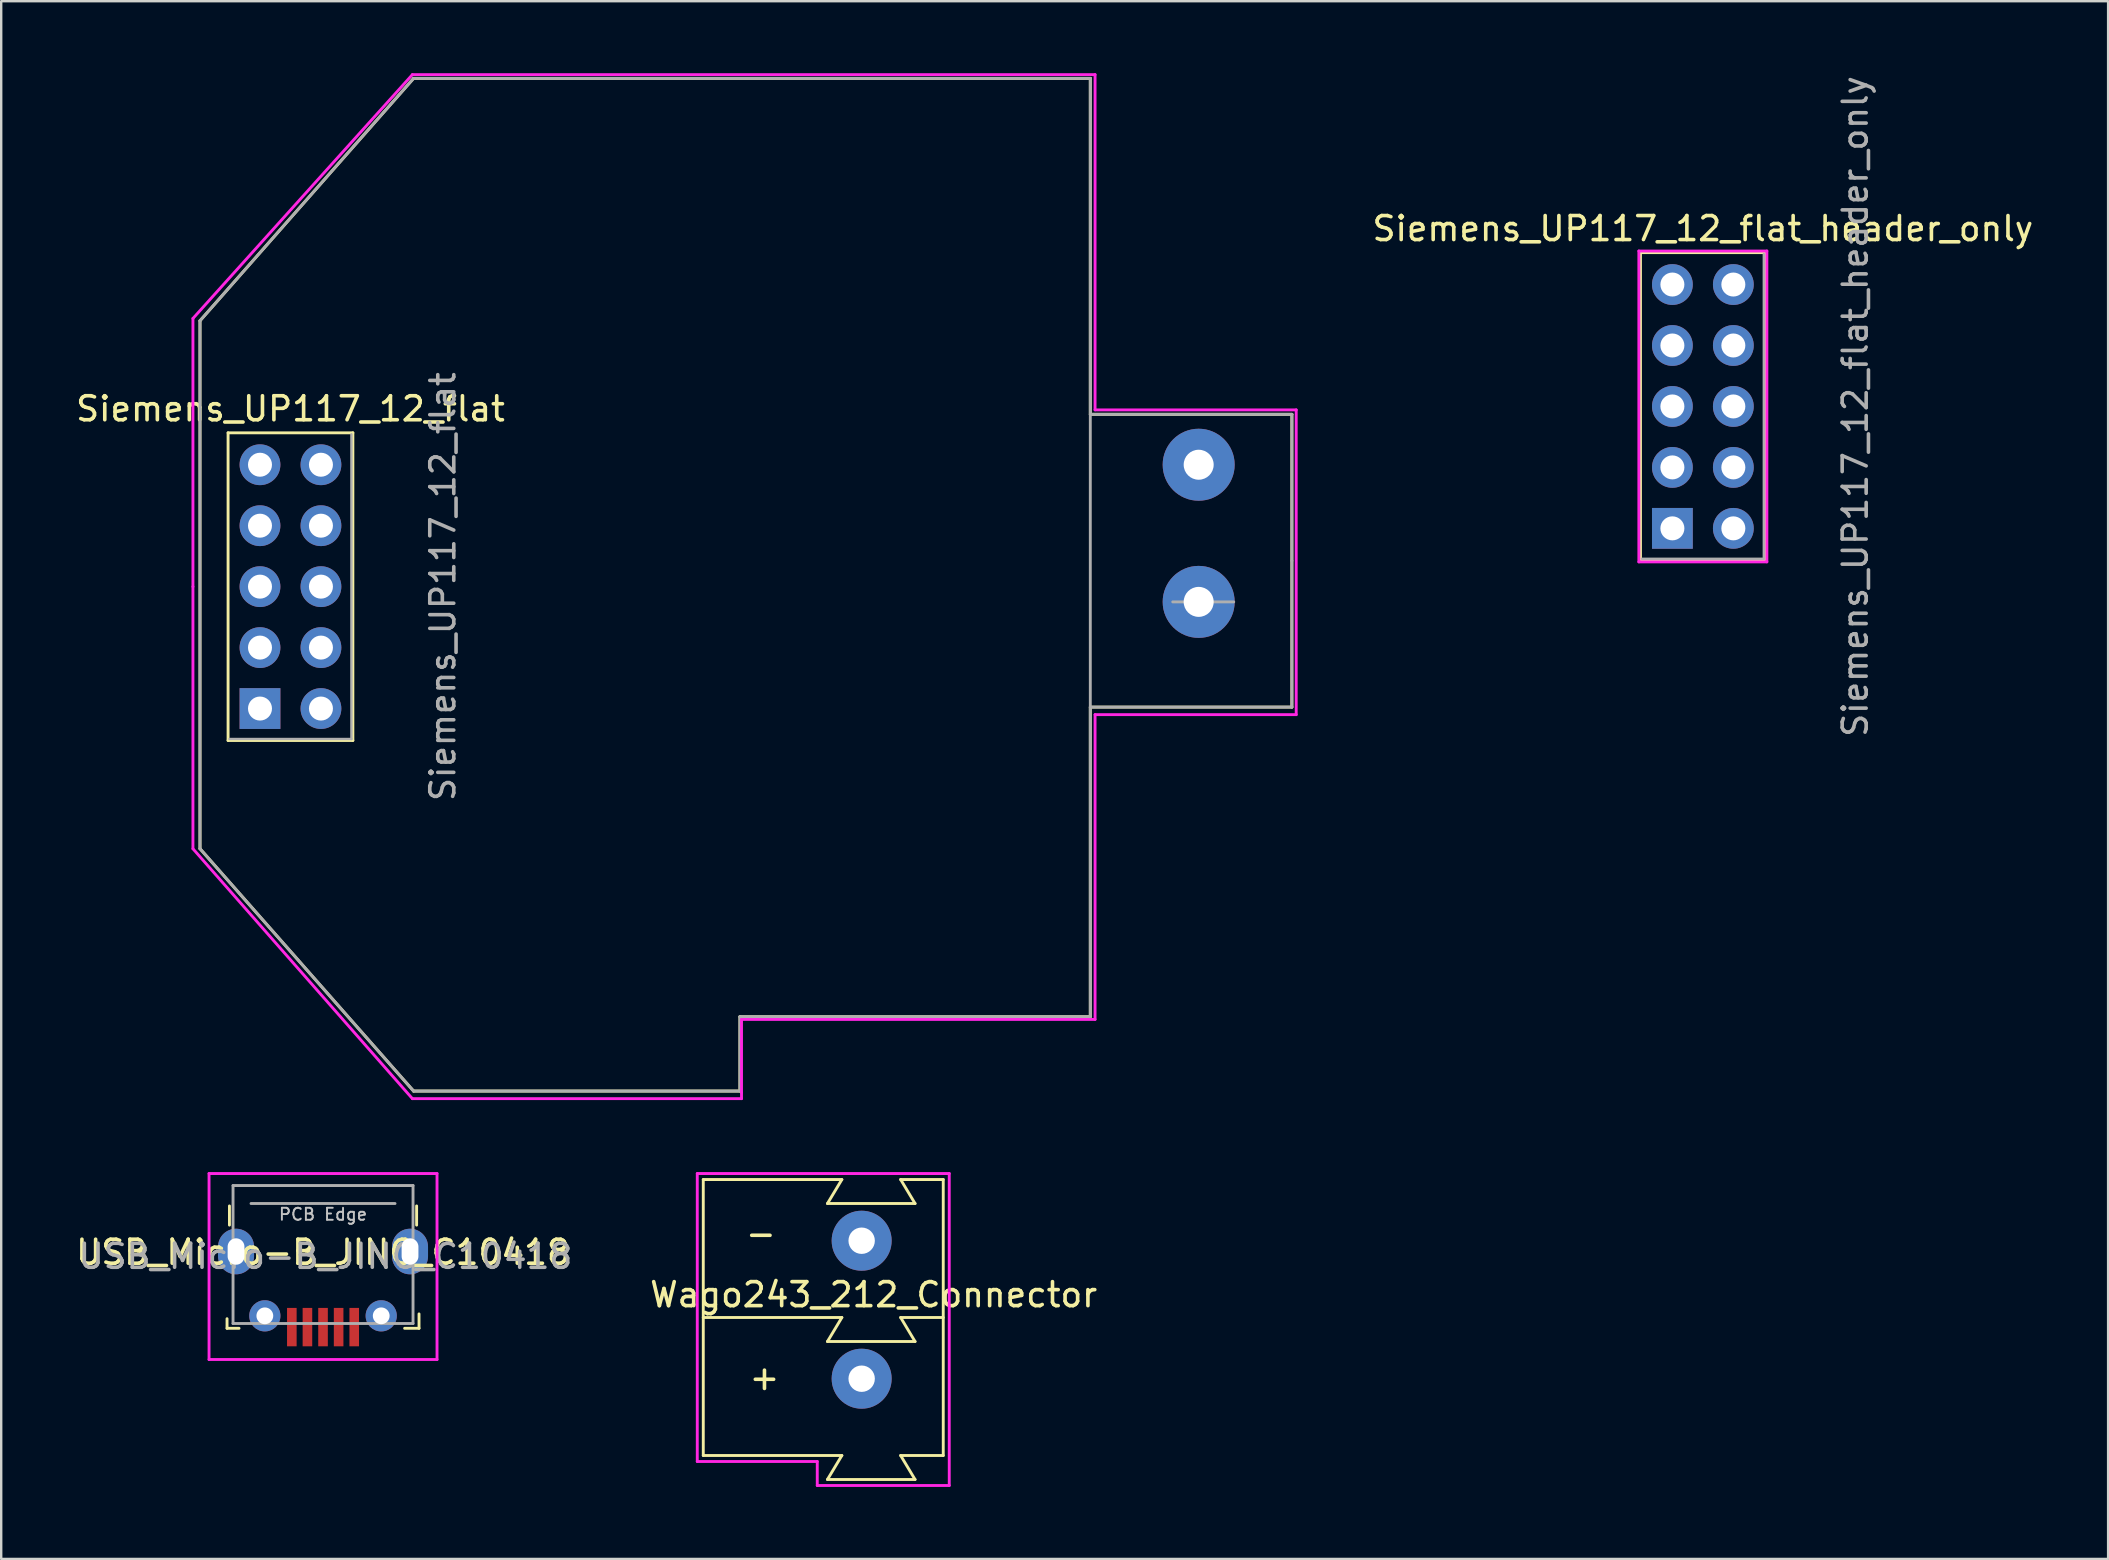
<source format=kicad_pcb>
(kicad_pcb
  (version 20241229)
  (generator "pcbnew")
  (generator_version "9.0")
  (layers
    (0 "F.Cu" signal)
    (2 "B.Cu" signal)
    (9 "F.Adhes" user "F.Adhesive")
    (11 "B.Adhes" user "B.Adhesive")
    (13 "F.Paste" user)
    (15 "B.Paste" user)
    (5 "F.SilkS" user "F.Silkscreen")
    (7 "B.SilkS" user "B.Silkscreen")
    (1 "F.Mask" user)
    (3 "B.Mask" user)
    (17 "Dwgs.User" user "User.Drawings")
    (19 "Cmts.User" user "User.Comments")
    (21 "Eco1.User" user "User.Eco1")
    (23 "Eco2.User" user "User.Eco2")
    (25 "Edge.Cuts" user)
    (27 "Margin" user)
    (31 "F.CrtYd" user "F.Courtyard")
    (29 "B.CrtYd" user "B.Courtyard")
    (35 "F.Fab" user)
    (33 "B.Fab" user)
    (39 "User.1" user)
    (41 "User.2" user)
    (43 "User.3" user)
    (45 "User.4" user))
  (footprint "USB_Micro-B_JING_C10418"
    (layer "F.Cu")
    (at 10.411 50.502)
    (property "Reference" "USB_Micro-B_JING_C10418" (at 0 -1.368 0) (layer "F.SilkS") (effects (font (size 1 1) (thickness 0.15))))
    (attr smd)
    (fp_line (start -4 1.4) (end -4 1.8) (stroke (width 0.12) (type solid)) (layer "F.SilkS"))
    (fp_line (start -4 1.8) (end -3.5 1.8) (stroke (width 0.12) (type solid)) (layer "F.SilkS"))
    (fp_line (start -3.9 -3.3) (end -3.9 -2.5) (stroke (width 0.12) (type solid)) (layer "F.SilkS"))
    (fp_line (start 3.9 -3.3) (end 3.9 -2.5) (stroke (width 0.12) (type solid)) (layer "F.SilkS"))
    (fp_line (start 4 1.2) (end 4 1.8) (stroke (width 0.12) (type solid)) (layer "F.SilkS"))
    (fp_line (start 4 1.8) (end 3.4 1.8) (stroke (width 0.12) (type solid)) (layer "F.SilkS"))
    (fp_line (start -0.2 0) (end 0.2 0) (stroke (width 0.12) (type solid)) (layer "Eco1.User"))
    (fp_line (start 0 -0.2) (end 0 0.2) (stroke (width 0.12) (type solid)) (layer "Eco1.User"))
    (fp_line (start -4.75 -4.65) (end -4.75 3.1) (stroke (width 0.12) (type solid)) (layer "F.CrtYd"))
    (fp_line (start -4.75 3.1) (end 4.75 3.1) (stroke (width 0.12) (type solid)) (layer "F.CrtYd"))
    (fp_line (start 4.75 -4.65) (end -4.75 -4.65) (stroke (width 0.12) (type solid)) (layer "F.CrtYd"))
    (fp_line (start 4.75 3.1) (end 4.75 -4.65) (stroke (width 0.12) (type solid)) (layer "F.CrtYd"))
    (fp_line (start -3.75 -4.15) (end -3.75 1.6) (stroke (width 0.12) (type solid)) (layer "F.Fab"))
    (fp_line (start -3.75 1.6) (end 3.75 1.6) (stroke (width 0.12) (type solid)) (layer "F.Fab"))
    (fp_line (start -3 -3.4) (end 3 -3.4) (stroke (width 0.12) (type solid)) (layer "F.Fab"))
    (fp_line (start 3.75 -4.15) (end -3.75 -4.15) (stroke (width 0.12) (type solid)) (layer "F.Fab"))
    (fp_line (start 3.75 1.6) (end 3.75 -4.15) (stroke (width 0.12) (type solid)) (layer "F.Fab"))
    (fp_text user "PCB Edge" (at 0 -2.95 0) (layer "Dwgs.User") (effects (font (size 0.5 0.5) (thickness 0.08))))
    (fp_text user "${REFERENCE}" (at 0.1 -1.2 0) (layer "F.Fab") (effects (font (size 1 1) (thickness 0.15))))
    (pad "1" smd rect (at 1.3 1.75) (size 0.4 1.6) (layers "F.Cu" "F.Mask" "F.Paste"))
    (pad "2" smd rect (at 0.65 1.75) (size 0.4 1.6) (layers "F.Cu" "F.Mask" "F.Paste"))
    (pad "3" smd rect (at 0 1.75) (size 0.4 1.6) (layers "F.Cu" "F.Mask" "F.Paste"))
    (pad "4" smd rect (at -0.65 1.75) (size 0.4 1.6) (layers "F.Cu" "F.Mask" "F.Paste"))
    (pad "5" smd rect (at -1.3 1.75) (size 0.4 1.6) (layers "F.Cu" "F.Mask" "F.Paste"))
    (pad "6" thru_hole oval (at -3.625 -1.4 180) (size 1.5 1.9) (drill oval 0.7 1.1) (layers "*.Cu" "*.Mask"))
    (pad "6" thru_hole circle (at -2.425 1.28 180) (size 1.3 1.3) (drill 0.7) (layers "*.Cu" "*.Mask"))
    (pad "6" thru_hole circle (at 2.425 1.28 180) (size 1.3 1.3) (drill 0.7) (layers "*.Cu" "*.Mask"))
    (pad "6" thru_hole oval (at 3.625 -1.4 180) (size 1.5 1.9) (drill oval 0.7 1.1) (layers "*.Cu" "*.Mask")))
  (footprint "Wago243_212_Connector"
    (layer "F.Cu")
    (at 33.256 51.852)
    (property "Reference" "Wago243_212_Connector" (at 0.1 -0.95 180) (layer "F.SilkS") (effects (font (size 1 1) (thickness 0.15))))
    (attr through_hole)
    (fp_line (start -7 -5.75) (end -7 5.75) (stroke (width 0.12) (type solid)) (layer "F.SilkS"))
    (fp_line (start -1.225 -5.75) (end -7 -5.75) (stroke (width 0.12) (type solid)) (layer "F.SilkS"))
    (fp_line (start -1.225 -5.75) (end -1.825 -4.75) (stroke (width 0.12) (type solid)) (layer "F.SilkS"))
    (fp_line (start -1.225 0) (end -7 0) (stroke (width 0.12) (type solid)) (layer "F.SilkS"))
    (fp_line (start -1.225 0) (end -1.825 1) (stroke (width 0.12) (type solid)) (layer "F.SilkS"))
    (fp_line (start -1.225 5.75) (end -7 5.75) (stroke (width 0.12) (type solid)) (layer "F.SilkS"))
    (fp_line (start -1.225 5.75) (end -1.825 6.75) (stroke (width 0.12) (type solid)) (layer "F.SilkS"))
    (fp_line (start 1.225 0) (end 1.825 1) (stroke (width 0.12) (type solid)) (layer "F.SilkS"))
    (fp_line (start 1.225 0) (end 3 0) (stroke (width 0.12) (type solid)) (layer "F.SilkS"))
    (fp_line (start 1.225 5.75) (end 1.825 6.75) (stroke (width 0.12) (type solid)) (layer "F.SilkS"))
    (fp_line (start 1.225 5.75) (end 3 5.75) (stroke (width 0.12) (type solid)) (layer "F.SilkS"))
    (fp_line (start 1.825 -4.75) (end -1.825 -4.75) (stroke (width 0.12) (type solid)) (layer "F.SilkS"))
    (fp_line (start 1.825 -4.75) (end 1.225 -5.75) (stroke (width 0.12) (type solid)) (layer "F.SilkS"))
    (fp_line (start 1.825 1) (end -1.825 1) (stroke (width 0.12) (type solid)) (layer "F.SilkS"))
    (fp_line (start 1.825 6.75) (end -1.825 6.75) (stroke (width 0.12) (type solid)) (layer "F.SilkS"))
    (fp_line (start 3 -5.75) (end 1.225 -5.75) (stroke (width 0.12) (type solid)) (layer "F.SilkS"))
    (fp_line (start 3 -5.75) (end 3 5.75) (stroke (width 0.12) (type solid)) (layer "F.SilkS"))
    (fp_line (start -7.25 -6) (end 3.25 -6) (stroke (width 0.12) (type solid)) (layer "F.CrtYd"))
    (fp_line (start -7.25 6) (end -7.25 -6) (stroke (width 0.12) (type solid)) (layer "F.CrtYd"))
    (fp_line (start -7.25 6) (end -2.25 6) (stroke (width 0.12) (type solid)) (layer "F.CrtYd"))
    (fp_line (start -2.25 6) (end -2.25 7) (stroke (width 0.12) (type solid)) (layer "F.CrtYd"))
    (fp_line (start -2.25 7) (end 3.25 7) (stroke (width 0.12) (type solid)) (layer "F.CrtYd"))
    (fp_line (start 3.25 -6) (end 3.25 7) (stroke (width 0.12) (type solid)) (layer "F.CrtYd"))
    (fp_text user "+" (at -4.45 2.5 0) (layer "F.SilkS") (effects (font (size 1 1) (thickness 0.15))))
    (fp_text user "-" (at -4.6 -3.5 0) (layer "F.SilkS") (effects (font (size 1 1) (thickness 0.15))))
    (pad "1" thru_hole circle (at -0.4 2.55) (size 2.5 2.5) (drill 1.1) (layers "*.Cu" "*.Mask"))
    (pad "2" thru_hole circle (at -0.4 -3.2) (size 2.5 2.5) (drill 1.1) (layers "*.Cu" "*.Mask")))
  (footprint "Siemens_UP117_12_flat"
    (layer "F.Cu")
    (at 7.784 16.316)
    (property "Reference" "Siemens_UP117_12_flat" (at 1.27 -2.33 0) (layer "F.SilkS") (effects (font (size 1 1) (thickness 0.15))))
    (attr through_hole)
    (fp_line (start -2.5 -6) (end 6.4 -16.1) (stroke (width 0.12) (type solid)) (layer "F.SilkS"))
    (fp_line (start -2.5 16) (end -2.5 -6) (stroke (width 0.12) (type solid)) (layer "F.SilkS"))
    (fp_line (start -1.33 -1.33) (end 3.87 -1.33) (stroke (width 0.12) (type solid)) (layer "F.SilkS"))
    (fp_line (start -1.33 11.49) (end -1.33 -1.33) (stroke (width 0.12) (type solid)) (layer "F.SilkS"))
    (fp_line (start -1.33 11.49) (end 3.87 11.49) (stroke (width 0.12) (type solid)) (layer "F.SilkS"))
    (fp_line (start 3.87 -1.33) (end 3.87 11.49) (stroke (width 0.12) (type solid)) (layer "F.SilkS"))
    (fp_line (start 6.4 -16.1) (end 34.6 -16.1) (stroke (width 0.12) (type solid)) (layer "F.SilkS"))
    (fp_line (start 6.4 26.1) (end -2.5 16) (stroke (width 0.12) (type solid)) (layer "F.SilkS"))
    (fp_line (start 20 23) (end 20 26.1) (stroke (width 0.12) (type solid)) (layer "F.SilkS"))
    (fp_line (start 20 26.1) (end 6.4 26.1) (stroke (width 0.12) (type solid)) (layer "F.SilkS"))
    (fp_line (start 34.6 -16.1) (end 34.6 -2.1) (stroke (width 0.12) (type solid)) (layer "F.SilkS"))
    (fp_line (start 34.6 -2.1) (end 43 -2.1) (stroke (width 0.12) (type solid)) (layer "F.SilkS"))
    (fp_line (start 34.6 10.1) (end 34.6 23) (stroke (width 0.12) (type solid)) (layer "F.SilkS"))
    (fp_line (start 34.6 23) (end 20 23) (stroke (width 0.12) (type solid)) (layer "F.SilkS"))
    (fp_line (start 43 -2.1) (end 43 10.1) (stroke (width 0.12) (type solid)) (layer "F.SilkS"))
    (fp_line (start 43 10.1) (end 34.6 10.1) (stroke (width 0.12) (type solid)) (layer "F.SilkS"))
    (fp_line (start -2.794 -6.096) (end 6.35 -16.256) (stroke (width 0.12) (type solid)) (layer "F.CrtYd"))
    (fp_line (start -2.794 5.08) (end -2.794 -6.096) (stroke (width 0.12) (type solid)) (layer "F.CrtYd"))
    (fp_line (start -2.794 16.002) (end -2.794 5.08) (stroke (width 0.12) (type solid)) (layer "F.CrtYd"))
    (fp_line (start 6.35 -16.256) (end 34.798 -16.256) (stroke (width 0.12) (type solid)) (layer "F.CrtYd"))
    (fp_line (start 6.35 26.416) (end -2.794 16.002) (stroke (width 0.12) (type solid)) (layer "F.CrtYd"))
    (fp_line (start 20.066 23.114) (end 20.066 26.162) (stroke (width 0.12) (type solid)) (layer "F.CrtYd"))
    (fp_line (start 20.066 26.162) (end 20.066 26.416) (stroke (width 0.12) (type solid)) (layer "F.CrtYd"))
    (fp_line (start 20.066 26.416) (end 6.35 26.416) (stroke (width 0.12) (type solid)) (layer "F.CrtYd"))
    (fp_line (start 34.798 -16.256) (end 34.798 -2.286) (stroke (width 0.12) (type solid)) (layer "F.CrtYd"))
    (fp_line (start 34.798 -2.286) (end 43.18 -2.286) (stroke (width 0.12) (type solid)) (layer "F.CrtYd"))
    (fp_line (start 34.798 10.414) (end 34.798 23.114) (stroke (width 0.12) (type solid)) (layer "F.CrtYd"))
    (fp_line (start 34.798 23.114) (end 20.066 23.114) (stroke (width 0.12) (type solid)) (layer "F.CrtYd"))
    (fp_line (start 43.18 -2.286) (end 43.18 10.414) (stroke (width 0.12) (type solid)) (layer "F.CrtYd"))
    (fp_line (start 43.18 10.414) (end 34.798 10.414) (stroke (width 0.12) (type solid)) (layer "F.CrtYd"))
    (fp_line (start -2.5 16) (end -2.5 -6) (stroke (width 0.12) (type solid)) (layer "F.Fab"))
    (fp_line (start 3.81 -1.27) (end 3.81 11.43) (stroke (width 0.1) (type solid)) (layer "F.Fab"))
    (fp_line (start 3.81 11.43) (end -1.27 11.43) (stroke (width 0.1) (type solid)) (layer "F.Fab"))
    (fp_line (start 6.4 -16.1) (end -2.5 -6) (stroke (width 0.12) (type solid)) (layer "F.Fab"))
    (fp_line (start 6.4 -16.1) (end 34.6 -16.1) (stroke (width 0.12) (type solid)) (layer "F.Fab"))
    (fp_line (start 6.4 26.1) (end -2.5 16) (stroke (width 0.12) (type solid)) (layer "F.Fab"))
    (fp_line (start 6.4 26.1) (end 20 26.1) (stroke (width 0.12) (type solid)) (layer "F.Fab"))
    (fp_line (start 20 23) (end 34.6 23) (stroke (width 0.12) (type solid)) (layer "F.Fab"))
    (fp_line (start 20 26) (end 20 23) (stroke (width 0.12) (type solid)) (layer "F.Fab"))
    (fp_line (start 34.6 23) (end 34.6 -16.1) (stroke (width 0.12) (type solid)) (layer "F.Fab"))
    (fp_line (start 38.036 5.715) (end 40.577 5.715) (stroke (width 0.12) (type solid)) (layer "F.Fab"))
    (fp_line (start 43 -2.1) (end 34.6 -2.1) (stroke (width 0.12) (type solid)) (layer "F.Fab"))
    (fp_line (start 43 4) (end 43 -2.1) (stroke (width 0.12) (type solid)) (layer "F.Fab"))
    (fp_line (start 43 4) (end 43 10.1) (stroke (width 0.12) (type solid)) (layer "F.Fab"))
    (fp_line (start 43 10.1) (end 34.6 10.1) (stroke (width 0.12) (type solid)) (layer "F.Fab"))
    (fp_text user "${REFERENCE}" (at 7.62 5.08 90) (layer "F.Fab") (effects (font (size 1 1) (thickness 0.15))))
    (pad "1" thru_hole rect (at 0 10.16) (size 1.7 1.7) (drill 1) (layers "*.Cu" "*.Mask"))
    (pad "2" thru_hole oval (at 0 7.62) (size 1.7 1.7) (drill 1) (layers "*.Cu" "*.Mask"))
    (pad "3" thru_hole oval (at 0 5.08) (size 1.7 1.7) (drill 1) (layers "*.Cu" "*.Mask"))
    (pad "4" thru_hole oval (at 0 2.54) (size 1.7 1.7) (drill 1) (layers "*.Cu" "*.Mask"))
    (pad "5" thru_hole oval (at 0 0) (size 1.7 1.7) (drill 1) (layers "*.Cu" "*.Mask"))
    (pad "6" thru_hole oval (at 2.54 0) (size 1.7 1.7) (drill 1) (layers "*.Cu" "*.Mask"))
    (pad "7" thru_hole oval (at 2.54 2.54) (size 1.7 1.7) (drill 1) (layers "*.Cu" "*.Mask"))
    (pad "8" thru_hole oval (at 2.54 5.08) (size 1.7 1.7) (drill 1) (layers "*.Cu" "*.Mask"))
    (pad "9" thru_hole oval (at 2.54 7.62) (size 1.7 1.7) (drill 1) (layers "*.Cu" "*.Mask"))
    (pad "10" thru_hole oval (at 2.54 10.16) (size 1.7 1.7) (drill 1) (layers "*.Cu" "*.Mask"))
    (pad "11" thru_hole circle (at 39.116 5.715) (size 3 3) (drill 1.25) (layers "*.Cu" "*.Mask"))
    (pad "12" thru_hole circle (at 39.116 0) (size 3 3) (drill 1.25) (layers "*.Cu" "*.Mask")))
  (footprint "Siemens_UP117_12_flat_header_only"
    (layer "F.Cu")
    (at 66.64 8.807)
    (property "Reference" "Siemens_UP117_12_flat_header_only" (at 1.27 -2.33 0) (layer "F.SilkS") (effects (font (size 1 1) (thickness 0.15))))
    (attr through_hole)
    (fp_line (start -1.33 -1.33) (end 3.87 -1.33) (stroke (width 0.12) (type solid)) (layer "F.SilkS"))
    (fp_line (start -1.33 11.49) (end -1.33 -1.33) (stroke (width 0.12) (type solid)) (layer "F.SilkS"))
    (fp_line (start -1.33 11.49) (end 3.87 11.49) (stroke (width 0.12) (type solid)) (layer "F.SilkS"))
    (fp_line (start 3.87 -1.33) (end 3.87 11.49) (stroke (width 0.12) (type solid)) (layer "F.SilkS"))
    (fp_line (start -1.397 -1.397) (end 3.937 -1.397) (stroke (width 0.12) (type solid)) (layer "F.CrtYd"))
    (fp_line (start -1.397 11.557) (end -1.397 -1.397) (stroke (width 0.12) (type solid)) (layer "F.CrtYd"))
    (fp_line (start 3.937 -1.397) (end 3.937 11.557) (stroke (width 0.12) (type solid)) (layer "F.CrtYd"))
    (fp_line (start 3.937 11.557) (end -1.397 11.557) (stroke (width 0.12) (type solid)) (layer "F.CrtYd"))
    (fp_line (start 3.81 -1.27) (end 3.81 11.43) (stroke (width 0.1) (type solid)) (layer "F.Fab"))
    (fp_line (start 3.81 11.43) (end -1.27 11.43) (stroke (width 0.1) (type solid)) (layer "F.Fab"))
    (fp_text user "${REFERENCE}" (at 7.62 5.08 90) (layer "F.Fab") (effects (font (size 1 1) (thickness 0.15))))
    (pad "1" thru_hole rect (at 0 10.16) (size 1.7 1.7) (drill 1) (layers "*.Cu" "*.Mask"))
    (pad "2" thru_hole oval (at 0 7.62) (size 1.7 1.7) (drill 1) (layers "*.Cu" "*.Mask"))
    (pad "3" thru_hole oval (at 0 5.08) (size 1.7 1.7) (drill 1) (layers "*.Cu" "*.Mask"))
    (pad "4" thru_hole oval (at 0 2.54) (size 1.7 1.7) (drill 1) (layers "*.Cu" "*.Mask"))
    (pad "5" thru_hole oval (at 0 0) (size 1.7 1.7) (drill 1) (layers "*.Cu" "*.Mask"))
    (pad "6" thru_hole oval (at 2.54 0) (size 1.7 1.7) (drill 1) (layers "*.Cu" "*.Mask"))
    (pad "7" thru_hole oval (at 2.54 2.54) (size 1.7 1.7) (drill 1) (layers "*.Cu" "*.Mask"))
    (pad "8" thru_hole oval (at 2.54 5.08) (size 1.7 1.7) (drill 1) (layers "*.Cu" "*.Mask"))
    (pad "9" thru_hole oval (at 2.54 7.62) (size 1.7 1.7) (drill 1) (layers "*.Cu" "*.Mask"))
    (pad "10" thru_hole oval (at 2.54 10.16) (size 1.7 1.7) (drill 1) (layers "*.Cu" "*.Mask")))
  (gr_rect
    (start -3 -3)
    (end 84.797 61.912)
    (stroke (width 0.1) (type default))
    (fill no)
    (layer "Edge.Cuts")))
</source>
